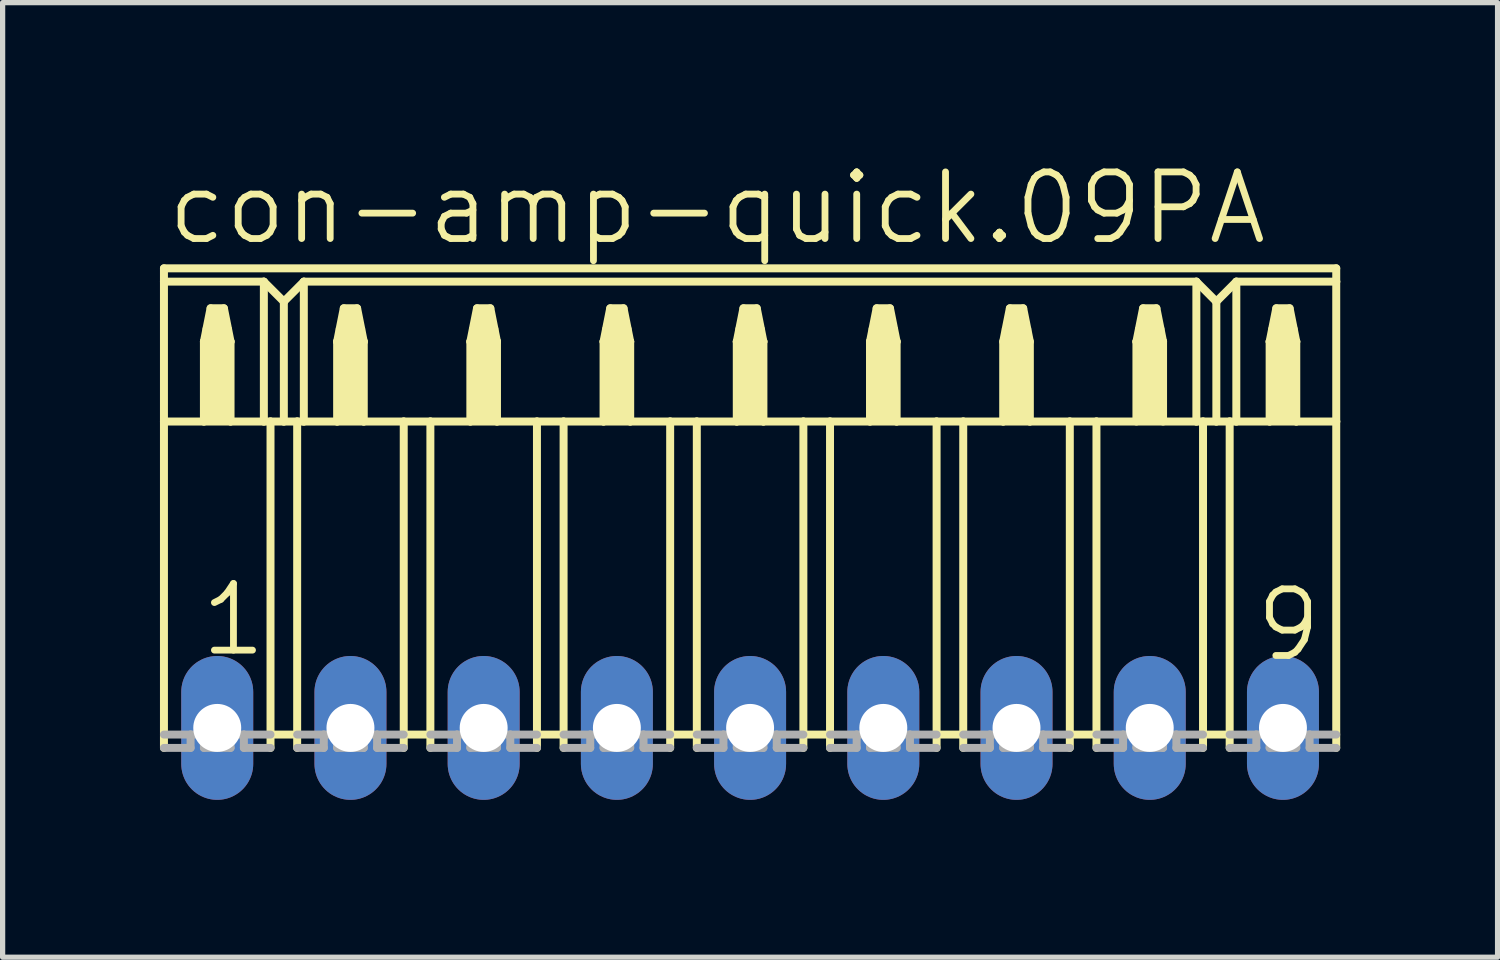
<source format=kicad_pcb>
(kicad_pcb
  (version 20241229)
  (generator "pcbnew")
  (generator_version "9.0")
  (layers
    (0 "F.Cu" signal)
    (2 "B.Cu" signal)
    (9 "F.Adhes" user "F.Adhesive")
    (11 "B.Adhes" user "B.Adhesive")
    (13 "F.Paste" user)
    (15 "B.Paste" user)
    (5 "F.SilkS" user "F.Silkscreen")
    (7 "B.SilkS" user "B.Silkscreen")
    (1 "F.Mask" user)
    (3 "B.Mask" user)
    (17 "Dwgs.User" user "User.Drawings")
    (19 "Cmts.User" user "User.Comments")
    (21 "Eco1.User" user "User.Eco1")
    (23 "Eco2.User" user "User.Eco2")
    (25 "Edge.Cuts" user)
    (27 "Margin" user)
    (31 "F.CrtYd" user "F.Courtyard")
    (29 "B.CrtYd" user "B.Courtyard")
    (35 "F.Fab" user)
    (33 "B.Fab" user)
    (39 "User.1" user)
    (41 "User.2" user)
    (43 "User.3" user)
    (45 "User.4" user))
  (footprint "con-amp-quick.09PA"
    (layer "F.Cu")
    (at 11.252 10.829)
    (property "Reference" "con-amp-quick.09PA" (at -11.176 -9.169 0) (layer "F.SilkS") (effects (font (size 1.27 1.27) (thickness 0.13)) (justify left bottom)))
    (attr through_hole)
    (fp_line (start -11.176 -8.763) (end -11.176 -8.509) (stroke (width 0.152) (type default)) (layer "F.SilkS"))
    (fp_line (start -11.176 -8.763) (end 11.176 -8.763) (stroke (width 0.152) (type default)) (layer "F.SilkS"))
    (fp_line (start -11.176 -8.509) (end -11.176 -5.842) (stroke (width 0.152) (type default)) (layer "F.SilkS"))
    (fp_line (start -11.176 -8.509) (end -9.271 -8.509) (stroke (width 0.152) (type default)) (layer "F.SilkS"))
    (fp_line (start -11.176 -5.842) (end -11.176 0.381) (stroke (width 0.152) (type default)) (layer "F.SilkS"))
    (fp_line (start -11.176 -5.842) (end -10.414 -5.842) (stroke (width 0.152) (type default)) (layer "F.SilkS"))
    (fp_line (start -10.414 -7.366) (end -10.414 -5.842) (stroke (width 0.152) (type default)) (layer "F.SilkS"))
    (fp_line (start -10.414 -7.366) (end -10.287 -8.001) (stroke (width 0.152) (type default)) (layer "F.SilkS"))
    (fp_line (start -10.414 -5.842) (end -9.906 -5.842) (stroke (width 0.152) (type default)) (layer "F.SilkS"))
    (fp_line (start -10.287 -8.001) (end -10.033 -8.001) (stroke (width 0.152) (type default)) (layer "F.SilkS"))
    (fp_line (start -10.033 -8.001) (end -9.906 -7.366) (stroke (width 0.152) (type default)) (layer "F.SilkS"))
    (fp_line (start -9.906 -7.366) (end -10.414 -7.366) (stroke (width 0.152) (type default)) (layer "F.SilkS"))
    (fp_line (start -9.906 -7.366) (end -9.906 -5.842) (stroke (width 0.152) (type default)) (layer "F.SilkS"))
    (fp_line (start -9.906 -5.842) (end -9.271 -5.842) (stroke (width 0.152) (type default)) (layer "F.SilkS"))
    (fp_line (start -9.271 -8.509) (end -9.271 -5.842) (stroke (width 0.152) (type default)) (layer "F.SilkS"))
    (fp_line (start -9.271 -8.509) (end -8.89 -8.128) (stroke (width 0.152) (type default)) (layer "F.SilkS"))
    (fp_line (start -9.271 -5.842) (end -9.144 -5.842) (stroke (width 0.152) (type default)) (layer "F.SilkS"))
    (fp_line (start -9.144 -5.842) (end -9.144 0.127) (stroke (width 0.152) (type default)) (layer "F.SilkS"))
    (fp_line (start -9.144 -5.842) (end -8.89 -5.842) (stroke (width 0.152) (type default)) (layer "F.SilkS"))
    (fp_line (start -9.144 0.127) (end -9.144 0.381) (stroke (width 0.152) (type default)) (layer "F.SilkS"))
    (fp_line (start -8.89 -8.128) (end -8.89 -5.842) (stroke (width 0.152) (type default)) (layer "F.SilkS"))
    (fp_line (start -8.89 -8.128) (end -8.509 -8.509) (stroke (width 0.152) (type default)) (layer "F.SilkS"))
    (fp_line (start -8.89 -5.842) (end -8.636 -5.842) (stroke (width 0.152) (type default)) (layer "F.SilkS"))
    (fp_line (start -8.636 -5.842) (end -8.636 0.127) (stroke (width 0.152) (type default)) (layer "F.SilkS"))
    (fp_line (start -8.636 -5.842) (end -8.509 -5.842) (stroke (width 0.152) (type default)) (layer "F.SilkS"))
    (fp_line (start -8.636 0.127) (end -9.144 0.127) (stroke (width 0.152) (type default)) (layer "F.SilkS"))
    (fp_line (start -8.636 0.127) (end -8.636 0.381) (stroke (width 0.152) (type default)) (layer "F.SilkS"))
    (fp_line (start -8.509 -8.509) (end -8.509 -5.842) (stroke (width 0.152) (type default)) (layer "F.SilkS"))
    (fp_line (start -8.509 -8.509) (end 8.509 -8.509) (stroke (width 0.152) (type default)) (layer "F.SilkS"))
    (fp_line (start -8.509 -5.842) (end -7.874 -5.842) (stroke (width 0.152) (type default)) (layer "F.SilkS"))
    (fp_line (start -7.874 -7.366) (end -7.874 -5.842) (stroke (width 0.152) (type default)) (layer "F.SilkS"))
    (fp_line (start -7.874 -7.366) (end -7.747 -8.001) (stroke (width 0.152) (type default)) (layer "F.SilkS"))
    (fp_line (start -7.874 -5.842) (end -7.366 -5.842) (stroke (width 0.152) (type default)) (layer "F.SilkS"))
    (fp_line (start -7.747 -8.001) (end -7.493 -8.001) (stroke (width 0.152) (type default)) (layer "F.SilkS"))
    (fp_line (start -7.493 -8.001) (end -7.366 -7.366) (stroke (width 0.152) (type default)) (layer "F.SilkS"))
    (fp_line (start -7.366 -7.366) (end -7.874 -7.366) (stroke (width 0.152) (type default)) (layer "F.SilkS"))
    (fp_line (start -7.366 -7.366) (end -7.366 -5.842) (stroke (width 0.152) (type default)) (layer "F.SilkS"))
    (fp_line (start -7.366 -5.842) (end -6.604 -5.842) (stroke (width 0.152) (type default)) (layer "F.SilkS"))
    (fp_line (start -6.604 -5.842) (end -6.604 0.127) (stroke (width 0.152) (type default)) (layer "F.SilkS"))
    (fp_line (start -6.604 -5.842) (end -6.096 -5.842) (stroke (width 0.152) (type default)) (layer "F.SilkS"))
    (fp_line (start -6.604 0.127) (end -6.604 0.381) (stroke (width 0.152) (type default)) (layer "F.SilkS"))
    (fp_line (start -6.096 -5.842) (end -6.096 0.127) (stroke (width 0.152) (type default)) (layer "F.SilkS"))
    (fp_line (start -6.096 -5.842) (end -5.334 -5.842) (stroke (width 0.152) (type default)) (layer "F.SilkS"))
    (fp_line (start -6.096 0.127) (end -6.604 0.127) (stroke (width 0.152) (type default)) (layer "F.SilkS"))
    (fp_line (start -6.096 0.127) (end -6.096 0.381) (stroke (width 0.152) (type default)) (layer "F.SilkS"))
    (fp_line (start -5.334 -7.366) (end -5.334 -5.842) (stroke (width 0.152) (type default)) (layer "F.SilkS"))
    (fp_line (start -5.334 -7.366) (end -5.207 -8.001) (stroke (width 0.152) (type default)) (layer "F.SilkS"))
    (fp_line (start -5.334 -5.842) (end -4.826 -5.842) (stroke (width 0.152) (type default)) (layer "F.SilkS"))
    (fp_line (start -5.207 -8.001) (end -4.953 -8.001) (stroke (width 0.152) (type default)) (layer "F.SilkS"))
    (fp_line (start -4.953 -8.001) (end -4.826 -7.366) (stroke (width 0.152) (type default)) (layer "F.SilkS"))
    (fp_line (start -4.826 -7.366) (end -5.334 -7.366) (stroke (width 0.152) (type default)) (layer "F.SilkS"))
    (fp_line (start -4.826 -7.366) (end -4.826 -5.842) (stroke (width 0.152) (type default)) (layer "F.SilkS"))
    (fp_line (start -4.826 -5.842) (end -4.064 -5.842) (stroke (width 0.152) (type default)) (layer "F.SilkS"))
    (fp_line (start -4.064 -5.842) (end -4.064 0.127) (stroke (width 0.152) (type default)) (layer "F.SilkS"))
    (fp_line (start -4.064 -5.842) (end -3.556 -5.842) (stroke (width 0.152) (type default)) (layer "F.SilkS"))
    (fp_line (start -4.064 0.127) (end -4.064 0.381) (stroke (width 0.152) (type default)) (layer "F.SilkS"))
    (fp_line (start -3.556 -5.842) (end -3.556 0.127) (stroke (width 0.152) (type default)) (layer "F.SilkS"))
    (fp_line (start -3.556 -5.842) (end -2.794 -5.842) (stroke (width 0.152) (type default)) (layer "F.SilkS"))
    (fp_line (start -3.556 0.127) (end -4.064 0.127) (stroke (width 0.152) (type default)) (layer "F.SilkS"))
    (fp_line (start -3.556 0.127) (end -3.556 0.381) (stroke (width 0.152) (type default)) (layer "F.SilkS"))
    (fp_line (start -2.794 -7.366) (end -2.794 -5.842) (stroke (width 0.152) (type default)) (layer "F.SilkS"))
    (fp_line (start -2.794 -7.366) (end -2.667 -8.001) (stroke (width 0.152) (type default)) (layer "F.SilkS"))
    (fp_line (start -2.794 -5.842) (end -2.286 -5.842) (stroke (width 0.152) (type default)) (layer "F.SilkS"))
    (fp_line (start -2.667 -8.001) (end -2.413 -8.001) (stroke (width 0.152) (type default)) (layer "F.SilkS"))
    (fp_line (start -2.413 -8.001) (end -2.286 -7.366) (stroke (width 0.152) (type default)) (layer "F.SilkS"))
    (fp_line (start -2.286 -7.366) (end -2.794 -7.366) (stroke (width 0.152) (type default)) (layer "F.SilkS"))
    (fp_line (start -2.286 -7.366) (end -2.286 -5.842) (stroke (width 0.152) (type default)) (layer "F.SilkS"))
    (fp_line (start -2.286 -5.842) (end -1.524 -5.842) (stroke (width 0.152) (type default)) (layer "F.SilkS"))
    (fp_line (start -1.524 -5.842) (end -1.524 0.127) (stroke (width 0.152) (type default)) (layer "F.SilkS"))
    (fp_line (start -1.524 -5.842) (end -1.016 -5.842) (stroke (width 0.152) (type default)) (layer "F.SilkS"))
    (fp_line (start -1.524 0.127) (end -1.524 0.381) (stroke (width 0.152) (type default)) (layer "F.SilkS"))
    (fp_line (start -1.016 -5.842) (end -1.016 0.127) (stroke (width 0.152) (type default)) (layer "F.SilkS"))
    (fp_line (start -1.016 -5.842) (end -0.254 -5.842) (stroke (width 0.152) (type default)) (layer "F.SilkS"))
    (fp_line (start -1.016 0.127) (end -1.524 0.127) (stroke (width 0.152) (type default)) (layer "F.SilkS"))
    (fp_line (start -1.016 0.127) (end -1.016 0.381) (stroke (width 0.152) (type default)) (layer "F.SilkS"))
    (fp_line (start -0.254 -7.366) (end -0.254 -5.842) (stroke (width 0.152) (type default)) (layer "F.SilkS"))
    (fp_line (start -0.254 -7.366) (end -0.127 -8.001) (stroke (width 0.152) (type default)) (layer "F.SilkS"))
    (fp_line (start -0.254 -5.842) (end 0.254 -5.842) (stroke (width 0.152) (type default)) (layer "F.SilkS"))
    (fp_line (start -0.127 -8.001) (end 0.127 -8.001) (stroke (width 0.152) (type default)) (layer "F.SilkS"))
    (fp_line (start 0.127 -8.001) (end 0.254 -7.366) (stroke (width 0.152) (type default)) (layer "F.SilkS"))
    (fp_line (start 0.254 -7.366) (end -0.254 -7.366) (stroke (width 0.152) (type default)) (layer "F.SilkS"))
    (fp_line (start 0.254 -7.366) (end 0.254 -5.842) (stroke (width 0.152) (type default)) (layer "F.SilkS"))
    (fp_line (start 0.254 -5.842) (end 1.016 -5.842) (stroke (width 0.152) (type default)) (layer "F.SilkS"))
    (fp_line (start 1.016 -5.842) (end 1.016 0.127) (stroke (width 0.152) (type default)) (layer "F.SilkS"))
    (fp_line (start 1.016 -5.842) (end 1.524 -5.842) (stroke (width 0.152) (type default)) (layer "F.SilkS"))
    (fp_line (start 1.016 0.127) (end 1.016 0.381) (stroke (width 0.152) (type default)) (layer "F.SilkS"))
    (fp_line (start 1.524 -5.842) (end 1.524 0.127) (stroke (width 0.152) (type default)) (layer "F.SilkS"))
    (fp_line (start 1.524 -5.842) (end 2.286 -5.842) (stroke (width 0.152) (type default)) (layer "F.SilkS"))
    (fp_line (start 1.524 0.127) (end 1.016 0.127) (stroke (width 0.152) (type default)) (layer "F.SilkS"))
    (fp_line (start 1.524 0.127) (end 1.524 0.381) (stroke (width 0.152) (type default)) (layer "F.SilkS"))
    (fp_line (start 2.286 -7.366) (end 2.286 -5.842) (stroke (width 0.152) (type default)) (layer "F.SilkS"))
    (fp_line (start 2.286 -7.366) (end 2.413 -8.001) (stroke (width 0.152) (type default)) (layer "F.SilkS"))
    (fp_line (start 2.286 -5.842) (end 2.794 -5.842) (stroke (width 0.152) (type default)) (layer "F.SilkS"))
    (fp_line (start 2.413 -8.001) (end 2.667 -8.001) (stroke (width 0.152) (type default)) (layer "F.SilkS"))
    (fp_line (start 2.667 -8.001) (end 2.794 -7.366) (stroke (width 0.152) (type default)) (layer "F.SilkS"))
    (fp_line (start 2.794 -7.366) (end 2.286 -7.366) (stroke (width 0.152) (type default)) (layer "F.SilkS"))
    (fp_line (start 2.794 -7.366) (end 2.794 -5.842) (stroke (width 0.152) (type default)) (layer "F.SilkS"))
    (fp_line (start 2.794 -5.842) (end 3.556 -5.842) (stroke (width 0.152) (type default)) (layer "F.SilkS"))
    (fp_line (start 3.556 -5.842) (end 3.556 0.127) (stroke (width 0.152) (type default)) (layer "F.SilkS"))
    (fp_line (start 3.556 -5.842) (end 4.064 -5.842) (stroke (width 0.152) (type default)) (layer "F.SilkS"))
    (fp_line (start 3.556 0.127) (end 3.556 0.381) (stroke (width 0.152) (type default)) (layer "F.SilkS"))
    (fp_line (start 4.064 -5.842) (end 4.064 0.127) (stroke (width 0.152) (type default)) (layer "F.SilkS"))
    (fp_line (start 4.064 -5.842) (end 4.826 -5.842) (stroke (width 0.152) (type default)) (layer "F.SilkS"))
    (fp_line (start 4.064 0.127) (end 3.556 0.127) (stroke (width 0.152) (type default)) (layer "F.SilkS"))
    (fp_line (start 4.064 0.127) (end 4.064 0.381) (stroke (width 0.152) (type default)) (layer "F.SilkS"))
    (fp_line (start 4.826 -7.366) (end 4.826 -5.842) (stroke (width 0.152) (type default)) (layer "F.SilkS"))
    (fp_line (start 4.826 -7.366) (end 4.953 -8.001) (stroke (width 0.152) (type default)) (layer "F.SilkS"))
    (fp_line (start 4.826 -5.842) (end 5.334 -5.842) (stroke (width 0.152) (type default)) (layer "F.SilkS"))
    (fp_line (start 4.953 -8.001) (end 5.207 -8.001) (stroke (width 0.152) (type default)) (layer "F.SilkS"))
    (fp_line (start 5.207 -8.001) (end 5.334 -7.366) (stroke (width 0.152) (type default)) (layer "F.SilkS"))
    (fp_line (start 5.334 -7.366) (end 5.334 -5.842) (stroke (width 0.152) (type default)) (layer "F.SilkS"))
    (fp_line (start 5.334 -5.842) (end 6.096 -5.842) (stroke (width 0.152) (type default)) (layer "F.SilkS"))
    (fp_line (start 6.096 -5.842) (end 6.096 0.127) (stroke (width 0.152) (type default)) (layer "F.SilkS"))
    (fp_line (start 6.096 -5.842) (end 6.604 -5.842) (stroke (width 0.152) (type default)) (layer "F.SilkS"))
    (fp_line (start 6.096 0.127) (end 6.096 0.381) (stroke (width 0.152) (type default)) (layer "F.SilkS"))
    (fp_line (start 6.604 -5.842) (end 6.604 0.127) (stroke (width 0.152) (type default)) (layer "F.SilkS"))
    (fp_line (start 6.604 -5.842) (end 8.509 -5.842) (stroke (width 0.152) (type default)) (layer "F.SilkS"))
    (fp_line (start 6.604 0.127) (end 6.096 0.127) (stroke (width 0.152) (type default)) (layer "F.SilkS"))
    (fp_line (start 6.604 0.127) (end 6.604 0.381) (stroke (width 0.152) (type default)) (layer "F.SilkS"))
    (fp_line (start 7.366 -7.366) (end 7.366 -5.842) (stroke (width 0.152) (type default)) (layer "F.SilkS"))
    (fp_line (start 7.366 -7.366) (end 7.493 -8.001) (stroke (width 0.152) (type default)) (layer "F.SilkS"))
    (fp_line (start 7.493 -8.001) (end 7.747 -8.001) (stroke (width 0.152) (type default)) (layer "F.SilkS"))
    (fp_line (start 7.747 -8.001) (end 7.874 -7.366) (stroke (width 0.152) (type default)) (layer "F.SilkS"))
    (fp_line (start 7.874 -7.366) (end 7.366 -7.366) (stroke (width 0.152) (type default)) (layer "F.SilkS"))
    (fp_line (start 7.874 -7.366) (end 7.874 -5.842) (stroke (width 0.152) (type default)) (layer "F.SilkS"))
    (fp_line (start 8.509 -8.509) (end 8.509 -5.842) (stroke (width 0.152) (type default)) (layer "F.SilkS"))
    (fp_line (start 8.509 -8.509) (end 8.89 -8.128) (stroke (width 0.152) (type default)) (layer "F.SilkS"))
    (fp_line (start 8.509 -5.842) (end 8.636 -5.842) (stroke (width 0.152) (type default)) (layer "F.SilkS"))
    (fp_line (start 8.636 -5.842) (end 8.636 0.127) (stroke (width 0.152) (type default)) (layer "F.SilkS"))
    (fp_line (start 8.636 -5.842) (end 8.89 -5.842) (stroke (width 0.152) (type default)) (layer "F.SilkS"))
    (fp_line (start 8.636 0.127) (end 8.636 0.381) (stroke (width 0.152) (type default)) (layer "F.SilkS"))
    (fp_line (start 8.89 -8.128) (end 8.89 -5.842) (stroke (width 0.152) (type default)) (layer "F.SilkS"))
    (fp_line (start 8.89 -8.128) (end 9.271 -8.509) (stroke (width 0.152) (type default)) (layer "F.SilkS"))
    (fp_line (start 8.89 -5.842) (end 9.144 -5.842) (stroke (width 0.152) (type default)) (layer "F.SilkS"))
    (fp_line (start 9.144 -5.842) (end 9.144 0.127) (stroke (width 0.152) (type default)) (layer "F.SilkS"))
    (fp_line (start 9.144 -5.842) (end 9.271 -5.842) (stroke (width 0.152) (type default)) (layer "F.SilkS"))
    (fp_line (start 9.144 0.127) (end 8.636 0.127) (stroke (width 0.152) (type default)) (layer "F.SilkS"))
    (fp_line (start 9.144 0.127) (end 9.144 0.381) (stroke (width 0.152) (type default)) (layer "F.SilkS"))
    (fp_line (start 9.271 -8.509) (end 9.271 -5.842) (stroke (width 0.152) (type default)) (layer "F.SilkS"))
    (fp_line (start 9.271 -8.509) (end 11.176 -8.509) (stroke (width 0.152) (type default)) (layer "F.SilkS"))
    (fp_line (start 9.271 -5.842) (end 9.906 -5.842) (stroke (width 0.152) (type default)) (layer "F.SilkS"))
    (fp_line (start 9.906 -7.366) (end 9.906 -5.842) (stroke (width 0.152) (type default)) (layer "F.SilkS"))
    (fp_line (start 9.906 -7.366) (end 10.033 -8.001) (stroke (width 0.152) (type default)) (layer "F.SilkS"))
    (fp_line (start 9.906 -5.842) (end 10.414 -5.842) (stroke (width 0.152) (type default)) (layer "F.SilkS"))
    (fp_line (start 10.033 -8.001) (end 10.287 -8.001) (stroke (width 0.152) (type default)) (layer "F.SilkS"))
    (fp_line (start 10.287 -8.001) (end 10.414 -7.366) (stroke (width 0.152) (type default)) (layer "F.SilkS"))
    (fp_line (start 10.414 -7.366) (end 9.906 -7.366) (stroke (width 0.152) (type default)) (layer "F.SilkS"))
    (fp_line (start 10.414 -7.366) (end 10.414 -5.842) (stroke (width 0.152) (type default)) (layer "F.SilkS"))
    (fp_line (start 10.414 -5.842) (end 11.176 -5.842) (stroke (width 0.152) (type default)) (layer "F.SilkS"))
    (fp_line (start 11.176 -8.509) (end 11.176 -8.763) (stroke (width 0.152) (type default)) (layer "F.SilkS"))
    (fp_line (start 11.176 -5.842) (end 11.176 -8.509) (stroke (width 0.152) (type default)) (layer "F.SilkS"))
    (fp_line (start 11.176 -5.842) (end 11.176 0.381) (stroke (width 0.152) (type default)) (layer "F.SilkS"))
    (fp_rect (start -10.414 -7.366) (end -10.287 -7.62) (stroke (width 0.05) (type default)) (fill yes) (layer "F.SilkS"))
    (fp_rect (start -10.414 -5.842) (end -9.906 -7.366) (stroke (width 0.05) (type default)) (fill yes) (layer "F.SilkS"))
    (fp_rect (start -10.287 -7.366) (end -10.033 -8.001) (stroke (width 0.05) (type default)) (fill yes) (layer "F.SilkS"))
    (fp_rect (start -10.033 -7.366) (end -9.906 -7.62) (stroke (width 0.05) (type default)) (fill yes) (layer "F.SilkS"))
    (fp_rect (start -7.874 -7.366) (end -7.747 -7.62) (stroke (width 0.05) (type default)) (fill yes) (layer "F.SilkS"))
    (fp_rect (start -7.874 -5.842) (end -7.366 -7.366) (stroke (width 0.05) (type default)) (fill yes) (layer "F.SilkS"))
    (fp_rect (start -7.747 -7.366) (end -7.493 -8.001) (stroke (width 0.05) (type default)) (fill yes) (layer "F.SilkS"))
    (fp_rect (start -7.493 -7.366) (end -7.366 -7.62) (stroke (width 0.05) (type default)) (fill yes) (layer "F.SilkS"))
    (fp_rect (start -5.334 -7.366) (end -5.207 -7.62) (stroke (width 0.05) (type default)) (fill yes) (layer "F.SilkS"))
    (fp_rect (start -5.334 -5.842) (end -4.826 -7.366) (stroke (width 0.05) (type default)) (fill yes) (layer "F.SilkS"))
    (fp_rect (start -5.207 -7.366) (end -4.953 -8.001) (stroke (width 0.05) (type default)) (fill yes) (layer "F.SilkS"))
    (fp_rect (start -4.953 -7.366) (end -4.826 -7.62) (stroke (width 0.05) (type default)) (fill yes) (layer "F.SilkS"))
    (fp_rect (start -2.794 -7.366) (end -2.667 -7.62) (stroke (width 0.05) (type default)) (fill yes) (layer "F.SilkS"))
    (fp_rect (start -2.794 -5.842) (end -2.286 -7.366) (stroke (width 0.05) (type default)) (fill yes) (layer "F.SilkS"))
    (fp_rect (start -2.667 -7.366) (end -2.413 -8.001) (stroke (width 0.05) (type default)) (fill yes) (layer "F.SilkS"))
    (fp_rect (start -2.413 -7.366) (end -2.286 -7.62) (stroke (width 0.05) (type default)) (fill yes) (layer "F.SilkS"))
    (fp_rect (start -0.254 -7.366) (end -0.127 -7.62) (stroke (width 0.05) (type default)) (fill yes) (layer "F.SilkS"))
    (fp_rect (start -0.254 -5.842) (end 0.254 -7.366) (stroke (width 0.05) (type default)) (fill yes) (layer "F.SilkS"))
    (fp_rect (start -0.127 -7.366) (end 0.127 -8.001) (stroke (width 0.05) (type default)) (fill yes) (layer "F.SilkS"))
    (fp_rect (start 0.127 -7.366) (end 0.254 -7.62) (stroke (width 0.05) (type default)) (fill yes) (layer "F.SilkS"))
    (fp_rect (start 2.286 -7.366) (end 2.413 -7.62) (stroke (width 0.05) (type default)) (fill yes) (layer "F.SilkS"))
    (fp_rect (start 2.286 -5.842) (end 2.794 -7.366) (stroke (width 0.05) (type default)) (fill yes) (layer "F.SilkS"))
    (fp_rect (start 2.413 -7.366) (end 2.667 -8.001) (stroke (width 0.05) (type default)) (fill yes) (layer "F.SilkS"))
    (fp_rect (start 2.667 -7.366) (end 2.794 -7.62) (stroke (width 0.05) (type default)) (fill yes) (layer "F.SilkS"))
    (fp_rect (start 4.826 -7.366) (end 4.953 -7.62) (stroke (width 0.05) (type default)) (fill yes) (layer "F.SilkS"))
    (fp_rect (start 4.826 -5.842) (end 5.334 -7.366) (stroke (width 0.05) (type default)) (fill yes) (layer "F.SilkS"))
    (fp_rect (start 4.953 -7.366) (end 5.207 -8.001) (stroke (width 0.05) (type default)) (fill yes) (layer "F.SilkS"))
    (fp_rect (start 5.207 -7.366) (end 5.334 -7.62) (stroke (width 0.05) (type default)) (fill yes) (layer "F.SilkS"))
    (fp_rect (start 7.366 -7.366) (end 7.493 -7.62) (stroke (width 0.05) (type default)) (fill yes) (layer "F.SilkS"))
    (fp_rect (start 7.366 -5.842) (end 7.874 -7.366) (stroke (width 0.05) (type default)) (fill yes) (layer "F.SilkS"))
    (fp_rect (start 7.493 -7.366) (end 7.747 -8.001) (stroke (width 0.05) (type default)) (fill yes) (layer "F.SilkS"))
    (fp_rect (start 7.747 -7.366) (end 7.874 -7.62) (stroke (width 0.05) (type default)) (fill yes) (layer "F.SilkS"))
    (fp_rect (start 9.906 -7.366) (end 10.033 -7.62) (stroke (width 0.05) (type default)) (fill yes) (layer "F.SilkS"))
    (fp_rect (start 9.906 -5.842) (end 10.414 -7.366) (stroke (width 0.05) (type default)) (fill yes) (layer "F.SilkS"))
    (fp_rect (start 10.033 -7.366) (end 10.287 -8.001) (stroke (width 0.05) (type default)) (fill yes) (layer "F.SilkS"))
    (fp_rect (start 10.287 -7.366) (end 10.414 -7.62) (stroke (width 0.05) (type default)) (fill yes) (layer "F.SilkS"))
    (fp_line (start -11.176 0.127) (end -10.668 0.127) (stroke (width 0.152) (type default)) (layer "F.Fab"))
    (fp_line (start -10.668 0.381) (end -11.176 0.381) (stroke (width 0.152) (type default)) (layer "F.Fab"))
    (fp_line (start -10.668 0.381) (end -10.668 0.127) (stroke (width 0.152) (type default)) (layer "F.Fab"))
    (fp_line (start -10.414 0.127) (end -10.668 0.127) (stroke (width 0.152) (type default)) (layer "F.Fab"))
    (fp_line (start -10.414 0.381) (end -10.414 0.127) (stroke (width 0.152) (type default)) (layer "F.Fab"))
    (fp_line (start -9.906 0.381) (end -10.414 0.381) (stroke (width 0.152) (type default)) (layer "F.Fab"))
    (fp_line (start -9.906 0.381) (end -9.906 0.127) (stroke (width 0.152) (type default)) (layer "F.Fab"))
    (fp_line (start -9.652 0.127) (end -9.906 0.127) (stroke (width 0.152) (type default)) (layer "F.Fab"))
    (fp_line (start -9.652 0.381) (end -9.652 0.127) (stroke (width 0.152) (type default)) (layer "F.Fab"))
    (fp_line (start -9.144 0.127) (end -9.652 0.127) (stroke (width 0.152) (type default)) (layer "F.Fab"))
    (fp_line (start -9.144 0.381) (end -9.652 0.381) (stroke (width 0.152) (type default)) (layer "F.Fab"))
    (fp_line (start -8.636 0.127) (end -8.128 0.127) (stroke (width 0.152) (type default)) (layer "F.Fab"))
    (fp_line (start -8.128 0.381) (end -8.636 0.381) (stroke (width 0.152) (type default)) (layer "F.Fab"))
    (fp_line (start -8.128 0.381) (end -8.128 0.127) (stroke (width 0.152) (type default)) (layer "F.Fab"))
    (fp_line (start -7.874 0.127) (end -8.128 0.127) (stroke (width 0.152) (type default)) (layer "F.Fab"))
    (fp_line (start -7.874 0.381) (end -7.874 0.127) (stroke (width 0.152) (type default)) (layer "F.Fab"))
    (fp_line (start -7.366 0.381) (end -7.874 0.381) (stroke (width 0.152) (type default)) (layer "F.Fab"))
    (fp_line (start -7.366 0.381) (end -7.366 0.127) (stroke (width 0.152) (type default)) (layer "F.Fab"))
    (fp_line (start -7.112 0.127) (end -7.366 0.127) (stroke (width 0.152) (type default)) (layer "F.Fab"))
    (fp_line (start -7.112 0.381) (end -7.112 0.127) (stroke (width 0.152) (type default)) (layer "F.Fab"))
    (fp_line (start -6.604 0.127) (end -7.112 0.127) (stroke (width 0.152) (type default)) (layer "F.Fab"))
    (fp_line (start -6.604 0.381) (end -7.112 0.381) (stroke (width 0.152) (type default)) (layer "F.Fab"))
    (fp_line (start -6.096 0.127) (end -5.588 0.127) (stroke (width 0.152) (type default)) (layer "F.Fab"))
    (fp_line (start -5.588 0.381) (end -6.096 0.381) (stroke (width 0.152) (type default)) (layer "F.Fab"))
    (fp_line (start -5.588 0.381) (end -5.588 0.127) (stroke (width 0.152) (type default)) (layer "F.Fab"))
    (fp_line (start -5.334 0.127) (end -5.588 0.127) (stroke (width 0.152) (type default)) (layer "F.Fab"))
    (fp_line (start -5.334 0.381) (end -5.334 0.127) (stroke (width 0.152) (type default)) (layer "F.Fab"))
    (fp_line (start -4.826 0.381) (end -5.334 0.381) (stroke (width 0.152) (type default)) (layer "F.Fab"))
    (fp_line (start -4.826 0.381) (end -4.826 0.127) (stroke (width 0.152) (type default)) (layer "F.Fab"))
    (fp_line (start -4.572 0.127) (end -4.826 0.127) (stroke (width 0.152) (type default)) (layer "F.Fab"))
    (fp_line (start -4.572 0.381) (end -4.572 0.127) (stroke (width 0.152) (type default)) (layer "F.Fab"))
    (fp_line (start -4.064 0.127) (end -4.572 0.127) (stroke (width 0.152) (type default)) (layer "F.Fab"))
    (fp_line (start -4.064 0.381) (end -4.572 0.381) (stroke (width 0.152) (type default)) (layer "F.Fab"))
    (fp_line (start -3.556 0.127) (end -3.048 0.127) (stroke (width 0.152) (type default)) (layer "F.Fab"))
    (fp_line (start -3.048 0.381) (end -3.556 0.381) (stroke (width 0.152) (type default)) (layer "F.Fab"))
    (fp_line (start -3.048 0.381) (end -3.048 0.127) (stroke (width 0.152) (type default)) (layer "F.Fab"))
    (fp_line (start -2.794 0.127) (end -3.048 0.127) (stroke (width 0.152) (type default)) (layer "F.Fab"))
    (fp_line (start -2.794 0.381) (end -2.794 0.127) (stroke (width 0.152) (type default)) (layer "F.Fab"))
    (fp_line (start -2.286 0.381) (end -2.794 0.381) (stroke (width 0.152) (type default)) (layer "F.Fab"))
    (fp_line (start -2.286 0.381) (end -2.286 0.127) (stroke (width 0.152) (type default)) (layer "F.Fab"))
    (fp_line (start -2.032 0.127) (end -2.286 0.127) (stroke (width 0.152) (type default)) (layer "F.Fab"))
    (fp_line (start -2.032 0.381) (end -2.032 0.127) (stroke (width 0.152) (type default)) (layer "F.Fab"))
    (fp_line (start -1.524 0.127) (end -2.032 0.127) (stroke (width 0.152) (type default)) (layer "F.Fab"))
    (fp_line (start -1.524 0.381) (end -2.032 0.381) (stroke (width 0.152) (type default)) (layer "F.Fab"))
    (fp_line (start -1.016 0.127) (end -0.508 0.127) (stroke (width 0.152) (type default)) (layer "F.Fab"))
    (fp_line (start -0.508 0.381) (end -1.016 0.381) (stroke (width 0.152) (type default)) (layer "F.Fab"))
    (fp_line (start -0.508 0.381) (end -0.508 0.127) (stroke (width 0.152) (type default)) (layer "F.Fab"))
    (fp_line (start -0.254 0.127) (end -0.508 0.127) (stroke (width 0.152) (type default)) (layer "F.Fab"))
    (fp_line (start -0.254 0.381) (end -0.254 0.127) (stroke (width 0.152) (type default)) (layer "F.Fab"))
    (fp_line (start 0.254 0.381) (end -0.254 0.381) (stroke (width 0.152) (type default)) (layer "F.Fab"))
    (fp_line (start 0.254 0.381) (end 0.254 0.127) (stroke (width 0.152) (type default)) (layer "F.Fab"))
    (fp_line (start 0.508 0.127) (end 0.254 0.127) (stroke (width 0.152) (type default)) (layer "F.Fab"))
    (fp_line (start 0.508 0.381) (end 0.508 0.127) (stroke (width 0.152) (type default)) (layer "F.Fab"))
    (fp_line (start 1.016 0.127) (end 0.508 0.127) (stroke (width 0.152) (type default)) (layer "F.Fab"))
    (fp_line (start 1.016 0.381) (end 0.508 0.381) (stroke (width 0.152) (type default)) (layer "F.Fab"))
    (fp_line (start 1.524 0.127) (end 2.032 0.127) (stroke (width 0.152) (type default)) (layer "F.Fab"))
    (fp_line (start 2.032 0.381) (end 1.524 0.381) (stroke (width 0.152) (type default)) (layer "F.Fab"))
    (fp_line (start 2.032 0.381) (end 2.032 0.127) (stroke (width 0.152) (type default)) (layer "F.Fab"))
    (fp_line (start 2.286 0.127) (end 2.032 0.127) (stroke (width 0.152) (type default)) (layer "F.Fab"))
    (fp_line (start 2.286 0.381) (end 2.286 0.127) (stroke (width 0.152) (type default)) (layer "F.Fab"))
    (fp_line (start 2.794 0.381) (end 2.286 0.381) (stroke (width 0.152) (type default)) (layer "F.Fab"))
    (fp_line (start 2.794 0.381) (end 2.794 0.127) (stroke (width 0.152) (type default)) (layer "F.Fab"))
    (fp_line (start 3.048 0.127) (end 2.794 0.127) (stroke (width 0.152) (type default)) (layer "F.Fab"))
    (fp_line (start 3.048 0.381) (end 3.048 0.127) (stroke (width 0.152) (type default)) (layer "F.Fab"))
    (fp_line (start 3.556 0.127) (end 3.048 0.127) (stroke (width 0.152) (type default)) (layer "F.Fab"))
    (fp_line (start 3.556 0.381) (end 3.048 0.381) (stroke (width 0.152) (type default)) (layer "F.Fab"))
    (fp_line (start 4.064 0.127) (end 4.572 0.127) (stroke (width 0.152) (type default)) (layer "F.Fab"))
    (fp_line (start 4.572 0.127) (end 4.826 0.127) (stroke (width 0.152) (type default)) (layer "F.Fab"))
    (fp_line (start 4.572 0.381) (end 4.064 0.381) (stroke (width 0.152) (type default)) (layer "F.Fab"))
    (fp_line (start 4.572 0.381) (end 4.572 0.127) (stroke (width 0.152) (type default)) (layer "F.Fab"))
    (fp_line (start 4.826 0.381) (end 4.826 0.127) (stroke (width 0.152) (type default)) (layer "F.Fab"))
    (fp_line (start 5.334 0.381) (end 4.826 0.381) (stroke (width 0.152) (type default)) (layer "F.Fab"))
    (fp_line (start 5.334 0.381) (end 5.334 0.127) (stroke (width 0.152) (type default)) (layer "F.Fab"))
    (fp_line (start 5.588 0.127) (end 5.334 0.127) (stroke (width 0.152) (type default)) (layer "F.Fab"))
    (fp_line (start 5.588 0.381) (end 5.588 0.127) (stroke (width 0.152) (type default)) (layer "F.Fab"))
    (fp_line (start 6.096 0.127) (end 5.588 0.127) (stroke (width 0.152) (type default)) (layer "F.Fab"))
    (fp_line (start 6.096 0.381) (end 5.588 0.381) (stroke (width 0.152) (type default)) (layer "F.Fab"))
    (fp_line (start 6.604 0.127) (end 7.112 0.127) (stroke (width 0.152) (type default)) (layer "F.Fab"))
    (fp_line (start 7.112 0.381) (end 6.604 0.381) (stroke (width 0.152) (type default)) (layer "F.Fab"))
    (fp_line (start 7.112 0.381) (end 7.112 0.127) (stroke (width 0.152) (type default)) (layer "F.Fab"))
    (fp_line (start 7.366 0.127) (end 7.112 0.127) (stroke (width 0.152) (type default)) (layer "F.Fab"))
    (fp_line (start 7.366 0.381) (end 7.366 0.127) (stroke (width 0.152) (type default)) (layer "F.Fab"))
    (fp_line (start 7.874 0.381) (end 7.366 0.381) (stroke (width 0.152) (type default)) (layer "F.Fab"))
    (fp_line (start 7.874 0.381) (end 7.874 0.127) (stroke (width 0.152) (type default)) (layer "F.Fab"))
    (fp_line (start 8.128 0.127) (end 7.874 0.127) (stroke (width 0.152) (type default)) (layer "F.Fab"))
    (fp_line (start 8.128 0.381) (end 8.128 0.127) (stroke (width 0.152) (type default)) (layer "F.Fab"))
    (fp_line (start 8.636 0.127) (end 8.128 0.127) (stroke (width 0.152) (type default)) (layer "F.Fab"))
    (fp_line (start 8.636 0.381) (end 8.128 0.381) (stroke (width 0.152) (type default)) (layer "F.Fab"))
    (fp_line (start 9.144 0.127) (end 9.652 0.127) (stroke (width 0.152) (type default)) (layer "F.Fab"))
    (fp_line (start 9.652 0.381) (end 9.144 0.381) (stroke (width 0.152) (type default)) (layer "F.Fab"))
    (fp_line (start 9.652 0.381) (end 9.652 0.127) (stroke (width 0.152) (type default)) (layer "F.Fab"))
    (fp_line (start 9.906 0.127) (end 9.652 0.127) (stroke (width 0.152) (type default)) (layer "F.Fab"))
    (fp_line (start 9.906 0.381) (end 9.906 0.127) (stroke (width 0.152) (type default)) (layer "F.Fab"))
    (fp_line (start 10.414 0.381) (end 9.906 0.381) (stroke (width 0.152) (type default)) (layer "F.Fab"))
    (fp_line (start 10.414 0.381) (end 10.414 0.127) (stroke (width 0.152) (type default)) (layer "F.Fab"))
    (fp_line (start 10.668 0.127) (end 10.414 0.127) (stroke (width 0.152) (type default)) (layer "F.Fab"))
    (fp_line (start 10.668 0.381) (end 10.668 0.127) (stroke (width 0.152) (type default)) (layer "F.Fab"))
    (fp_line (start 11.176 0.127) (end 10.668 0.127) (stroke (width 0.152) (type default)) (layer "F.Fab"))
    (fp_line (start 11.176 0.381) (end 10.668 0.381) (stroke (width 0.152) (type default)) (layer "F.Fab"))
    (fp_text user "9" (at 9.576 -1.219 0) (layer "F.SilkS") (effects (font (size 1.27 1.27) (thickness 0.13)) (justify left bottom)))
    (fp_text user "1" (at -10.541 -1.321 0) (layer "F.SilkS") (effects (font (size 1.27 1.27) (thickness 0.13)) (justify left bottom)))
    (pad "1" thru_hole oval (at -10.16 0 90) (size 2.743 1.372) (drill 0.914) (layers "*.Cu" "*.Mask"))
    (pad "2" thru_hole oval (at -7.62 0 90) (size 2.743 1.372) (drill 0.914) (layers "*.Cu" "*.Mask"))
    (pad "3" thru_hole oval (at -5.08 0 90) (size 2.743 1.372) (drill 0.914) (layers "*.Cu" "*.Mask"))
    (pad "4" thru_hole oval (at -2.54 0 90) (size 2.743 1.372) (drill 0.914) (layers "*.Cu" "*.Mask"))
    (pad "5" thru_hole oval (at 0 0 90) (size 2.743 1.372) (drill 0.914) (layers "*.Cu" "*.Mask"))
    (pad "6" thru_hole oval (at 2.54 0 90) (size 2.743 1.372) (drill 0.914) (layers "*.Cu" "*.Mask"))
    (pad "7" thru_hole oval (at 5.08 0 90) (size 2.743 1.372) (drill 0.914) (layers "*.Cu" "*.Mask"))
    (pad "8" thru_hole oval (at 7.62 0 90) (size 2.743 1.372) (drill 0.914) (layers "*.Cu" "*.Mask"))
    (pad "9" thru_hole oval (at 10.16 0 90) (size 2.743 1.372) (drill 0.914) (layers "*.Cu" "*.Mask")))
  (gr_rect
    (start -3 -3)
    (end 25.504 15.201)
    (stroke (width 0.1) (type default))
    (fill no)
    (layer "Edge.Cuts")))
</source>
